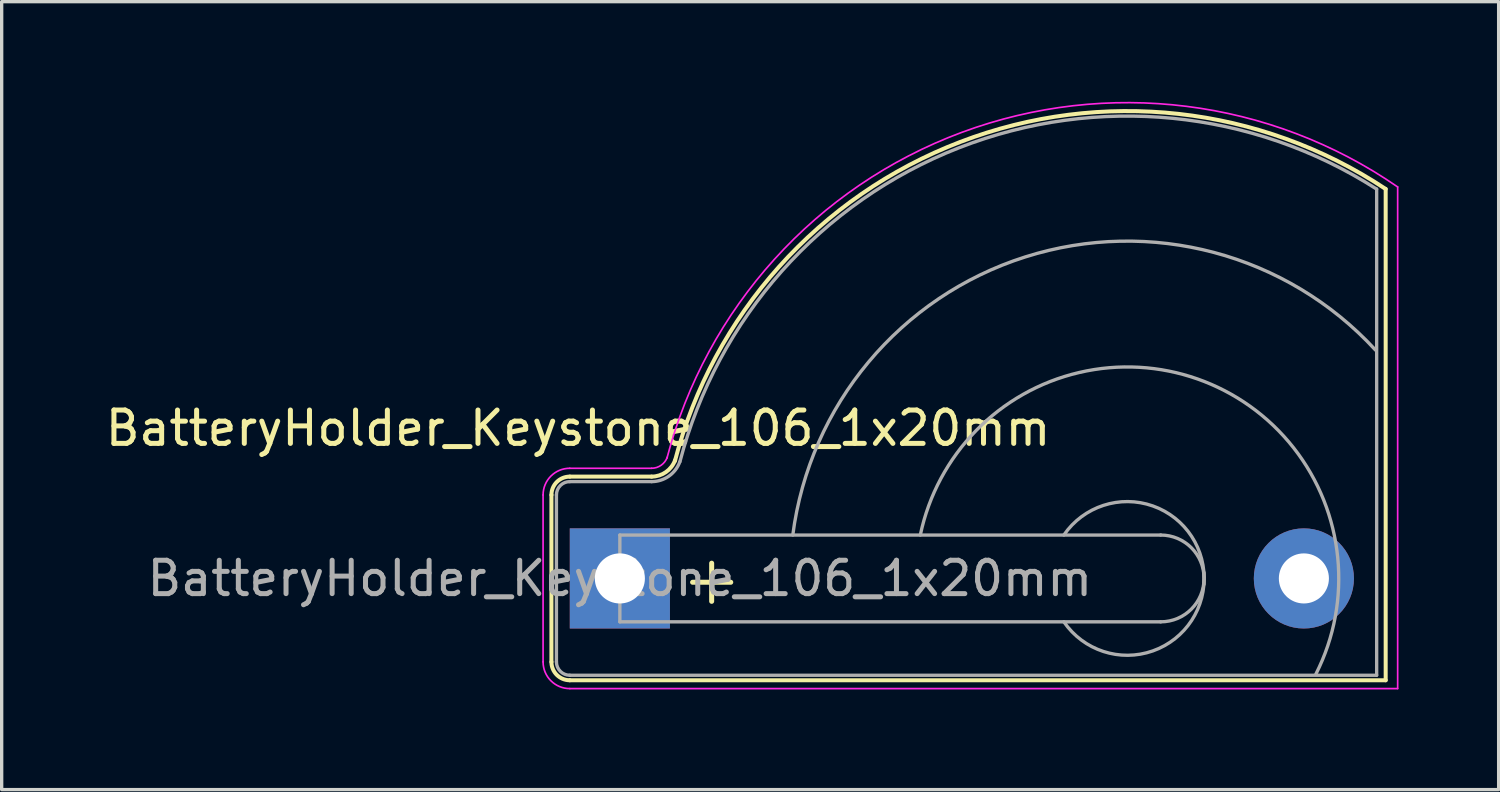
<source format=kicad_pcb>
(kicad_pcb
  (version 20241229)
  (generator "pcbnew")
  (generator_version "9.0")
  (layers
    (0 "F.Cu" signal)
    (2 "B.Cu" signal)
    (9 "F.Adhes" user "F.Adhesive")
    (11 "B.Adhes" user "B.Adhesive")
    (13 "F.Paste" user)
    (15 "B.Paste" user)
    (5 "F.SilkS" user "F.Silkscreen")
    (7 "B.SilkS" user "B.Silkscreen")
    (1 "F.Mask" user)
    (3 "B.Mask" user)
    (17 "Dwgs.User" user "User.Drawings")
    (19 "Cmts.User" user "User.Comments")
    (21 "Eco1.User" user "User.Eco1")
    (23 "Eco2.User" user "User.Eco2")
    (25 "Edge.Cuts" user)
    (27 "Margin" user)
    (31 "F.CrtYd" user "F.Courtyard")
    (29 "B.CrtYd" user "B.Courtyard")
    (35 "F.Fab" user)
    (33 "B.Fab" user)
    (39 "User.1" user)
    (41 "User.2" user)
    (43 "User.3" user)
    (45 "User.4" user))
  (footprint "BatteryHolder_Keystone_106_1x20mm"
    (layer "F.Cu")
    (at 15.518 14.277)
    (property "Reference" "BatteryHolder_Keystone_106_1x20mm" (at -1.25 -4.5 0) (layer "F.SilkS") (effects (font (size 1 1) (thickness 0.15))))
    (attr through_hole)
    (fp_line (start -2.05 -2.5) (end -2.05 2.5) (stroke (width 0.12) (type solid)) (layer "F.SilkS"))
    (fp_line (start -1.5 3.05) (end 22.94 3.05) (stroke (width 0.12) (type solid)) (layer "F.SilkS"))
    (fp_line (start 0.95 -3.05) (end -1.5 -3.05) (stroke (width 0.12) (type solid)) (layer "F.SilkS"))
    (fp_line (start 22.94 3.05) (end 22.94 -11.666) (stroke (width 0.12) (type solid)) (layer "F.SilkS"))
    (fp_arc (start -2.05 -2.5) (mid -1.888909 -2.888909) (end -1.5 -3.05) (stroke (width 0.12) (type solid)) (layer "F.SilkS"))
    (fp_arc (start -1.5 3.05) (mid -1.888909 2.888909) (end -2.05 2.5) (stroke (width 0.12) (type solid)) (layer "F.SilkS"))
    (fp_arc (start 1.65 -3.52) (mid 10.197162 -13.07534) (end 22.939674 -11.665777) (stroke (width 0.12) (type solid)) (layer "F.SilkS"))
    (fp_arc (start 1.654769 -3.543485) (mid 1.380182 -3.185636) (end 0.95 -3.05) (stroke (width 0.12) (type solid)) (layer "F.SilkS"))
    (fp_line (start -2.3 -2.5) (end -2.3 2.5) (stroke (width 0.05) (type solid)) (layer "F.CrtYd"))
    (fp_line (start -1.5 3.3) (end 23.299 3.3) (stroke (width 0.05) (type solid)) (layer "F.CrtYd"))
    (fp_line (start 0.95 -3.3) (end -1.5 -3.3) (stroke (width 0.05) (type solid)) (layer "F.CrtYd"))
    (fp_line (start 23.299 3.3) (end 23.299 -11.727) (stroke (width 0.05) (type solid)) (layer "F.CrtYd"))
    (fp_arc (start -2.3 -2.5) (mid -2.065685 -3.065685) (end -1.5 -3.3) (stroke (width 0.05) (type solid)) (layer "F.CrtYd"))
    (fp_arc (start -1.5 3.3) (mid -2.065685 3.065685) (end -2.3 2.5) (stroke (width 0.05) (type solid)) (layer "F.CrtYd"))
    (fp_arc (start 1.41 -3.6) (mid 10.239328 -13.360982) (end 23.299351 -11.727089) (stroke (width 0.05) (type solid)) (layer "F.CrtYd"))
    (fp_arc (start 1.419846 -3.62899) (mid 1.236788 -3.390424) (end 0.95 -3.3) (stroke (width 0.05) (type solid)) (layer "F.CrtYd"))
    (fp_line (start -1.9 -2.5) (end -1.9 2.5) (stroke (width 0.1) (type solid)) (layer "F.Fab"))
    (fp_line (start -1.5 2.9) (end 22.67 2.9) (stroke (width 0.1) (type solid)) (layer "F.Fab"))
    (fp_line (start 0 -1.3) (end 0 1.3) (stroke (width 0.1) (type solid)) (layer "F.Fab"))
    (fp_line (start 0 1.3) (end 16.2 1.3) (stroke (width 0.1) (type solid)) (layer "F.Fab"))
    (fp_line (start 0.95 -2.9) (end -1.5 -2.9) (stroke (width 0.1) (type solid)) (layer "F.Fab"))
    (fp_line (start 16.2 -1.3) (end 0 -1.3) (stroke (width 0.1) (type solid)) (layer "F.Fab"))
    (fp_line (start 22.67 2.9) (end 22.67 -11.663) (stroke (width 0.1) (type solid)) (layer "F.Fab"))
    (fp_arc (start -1.9 -2.5) (mid -1.782843 -2.782843) (end -1.5 -2.9) (stroke (width 0.1) (type solid)) (layer "F.Fab"))
    (fp_arc (start -1.5 2.9) (mid -1.782843 2.782843) (end -1.9 2.5) (stroke (width 0.1) (type solid)) (layer "F.Fab"))
    (fp_arc (start 1.795723 -3.492182) (mid 1.466219 -3.062763) (end 0.95 -2.9) (stroke (width 0.1) (type solid)) (layer "F.Fab"))
    (fp_arc (start 1.8 -3.5) (mid 10.155237 -12.898076) (end 22.669526 -11.662598) (stroke (width 0.1) (type solid)) (layer "F.Fab"))
    (fp_arc (start 5.18 -1.3) (mid 12.143565 -9.630608) (end 22.63659 -6.840141) (stroke (width 0.1) (type solid)) (layer "F.Fab"))
    (fp_arc (start 9 -1.3) (mid 17.298141 -5.977274) (end 20.852275 2.860382) (stroke (width 0.1) (type solid)) (layer "F.Fab"))
    (fp_arc (start 13.3 -1.3) (mid 15.963947 -2.171724) (end 17.495448 0.175833) (stroke (width 0.1) (type solid)) (layer "F.Fab"))
    (fp_arc (start 16.2 -1.3) (mid 17.5 0) (end 16.2 1.3) (stroke (width 0.1) (type solid)) (layer "F.Fab"))
    (fp_arc (start 17.495448 -0.175833) (mid 15.963947 2.171724) (end 13.3 1.3) (stroke (width 0.1) (type solid)) (layer "F.Fab"))
    (fp_text user "+" (at 2.75 0 0) (layer "F.SilkS") (effects (font (size 1.5 1.5) (thickness 0.15))))
    (fp_text user "${REFERENCE}" (at 0 0 0) (layer "F.Fab") (effects (font (size 1 1) (thickness 0.15))))
    (pad "1" thru_hole rect (at 0 0) (size 3 3) (drill 1.5) (layers "*.Cu" "*.Mask"))
    (pad "2" thru_hole circle (at 20.49 0) (size 3 3) (drill 1.5) (layers "*.Cu" "*.Mask")))
  (gr_rect
    (start -3 -3)
    (end 41.842 20.602)
    (stroke (width 0.1) (type default))
    (fill no)
    (layer "Edge.Cuts")))
</source>
